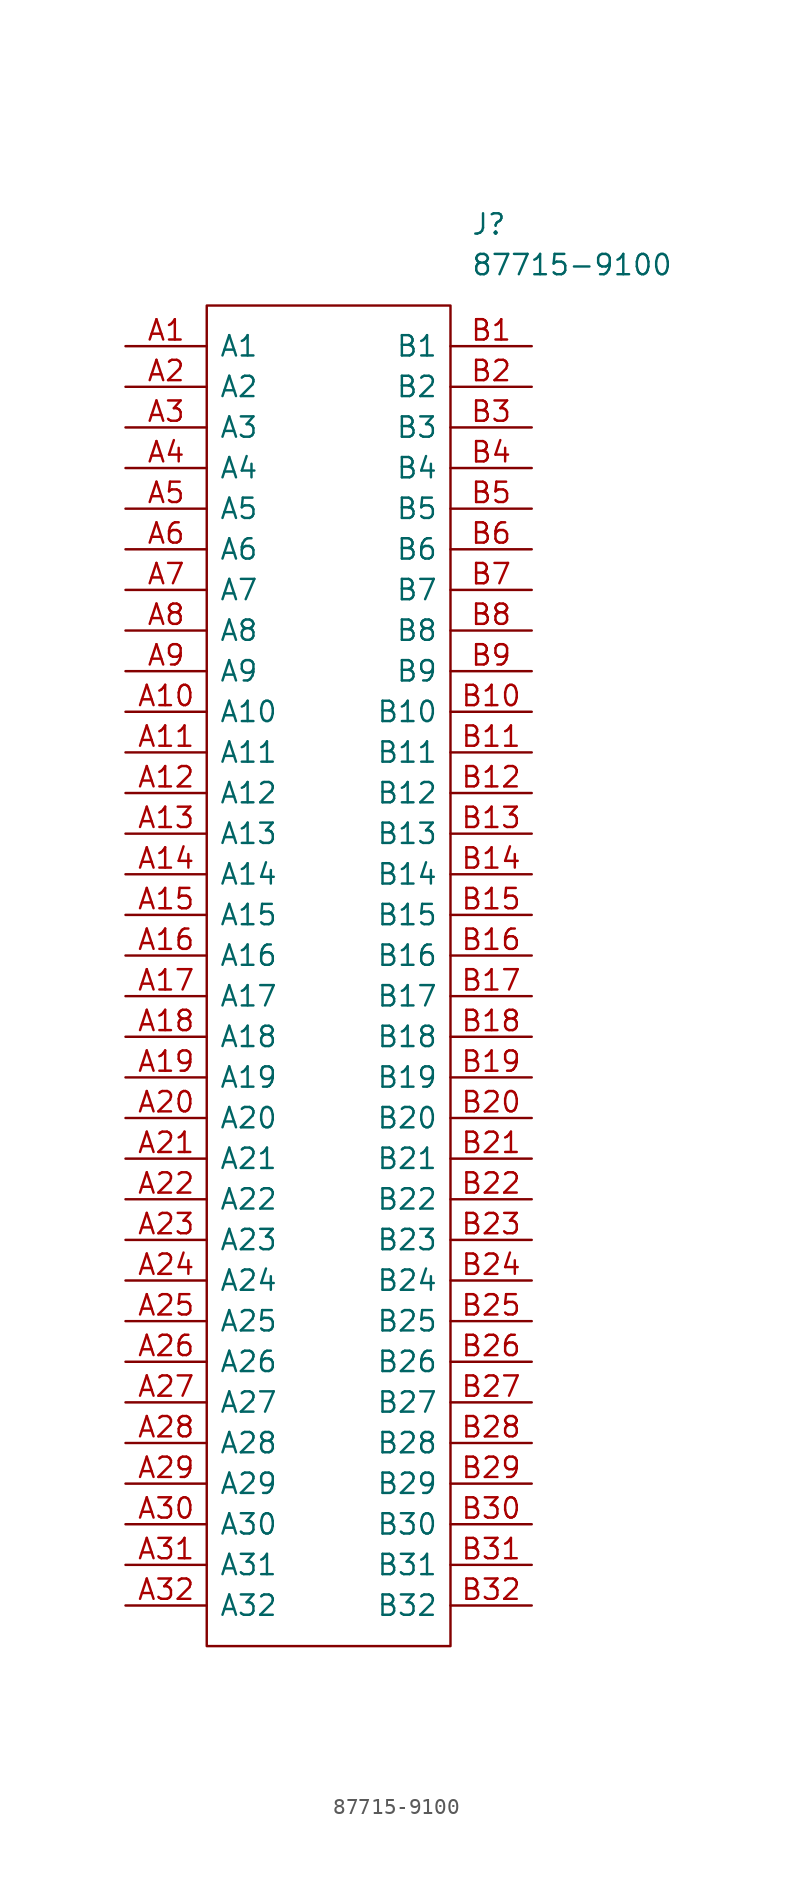
<source format=kicad_sym>
(kicad_symbol_lib
  (version 20211014)
  (generator kicad_symbol_editor)
  (symbol "87715-9100"
    (pin_names
      (offset 0.762))
    (property "Reference" "J"
      (at 21.59 7.62 0)
      (effects (font (size 1.27 1.27)) (justify left)))
    (property "Value" "87715-9100"
      (at 21.59 5.08 0)
      (effects (font (size 1.27 1.27)) (justify left)))
    (symbol "87715-9100_0_0"
      (pin passive line (at 0 0 0) (length 5.08) (name "A1" (effects (font (size 1.27 1.27)))) (number "A1" (effects (font (size 1.27 1.27)))))
      (pin passive line (at 0 -22.86 0) (length 5.08) (name "A10" (effects (font (size 1.27 1.27)))) (number "A10" (effects (font (size 1.27 1.27)))))
      (pin passive line (at 0 -25.4 0) (length 5.08) (name "A11" (effects (font (size 1.27 1.27)))) (number "A11" (effects (font (size 1.27 1.27)))))
      (pin passive line (at 0 -27.94 0) (length 5.08) (name "A12" (effects (font (size 1.27 1.27)))) (number "A12" (effects (font (size 1.27 1.27)))))
      (pin passive line (at 0 -30.48 0) (length 5.08) (name "A13" (effects (font (size 1.27 1.27)))) (number "A13" (effects (font (size 1.27 1.27)))))
      (pin passive line (at 0 -33.02 0) (length 5.08) (name "A14" (effects (font (size 1.27 1.27)))) (number "A14" (effects (font (size 1.27 1.27)))))
      (pin passive line (at 0 -35.56 0) (length 5.08) (name "A15" (effects (font (size 1.27 1.27)))) (number "A15" (effects (font (size 1.27 1.27)))))
      (pin passive line (at 0 -38.1 0) (length 5.08) (name "A16" (effects (font (size 1.27 1.27)))) (number "A16" (effects (font (size 1.27 1.27)))))
      (pin passive line (at 0 -40.64 0) (length 5.08) (name "A17" (effects (font (size 1.27 1.27)))) (number "A17" (effects (font (size 1.27 1.27)))))
      (pin passive line (at 0 -43.18 0) (length 5.08) (name "A18" (effects (font (size 1.27 1.27)))) (number "A18" (effects (font (size 1.27 1.27)))))
      (pin passive line (at 0 -45.72 0) (length 5.08) (name "A19" (effects (font (size 1.27 1.27)))) (number "A19" (effects (font (size 1.27 1.27)))))
      (pin passive line (at 0 -2.54 0) (length 5.08) (name "A2" (effects (font (size 1.27 1.27)))) (number "A2" (effects (font (size 1.27 1.27)))))
      (pin passive line (at 0 -48.26 0) (length 5.08) (name "A20" (effects (font (size 1.27 1.27)))) (number "A20" (effects (font (size 1.27 1.27)))))
      (pin passive line (at 0 -50.8 0) (length 5.08) (name "A21" (effects (font (size 1.27 1.27)))) (number "A21" (effects (font (size 1.27 1.27)))))
      (pin passive line (at 0 -53.34 0) (length 5.08) (name "A22" (effects (font (size 1.27 1.27)))) (number "A22" (effects (font (size 1.27 1.27)))))
      (pin passive line (at 0 -55.88 0) (length 5.08) (name "A23" (effects (font (size 1.27 1.27)))) (number "A23" (effects (font (size 1.27 1.27)))))
      (pin passive line (at 0 -58.42 0) (length 5.08) (name "A24" (effects (font (size 1.27 1.27)))) (number "A24" (effects (font (size 1.27 1.27)))))
      (pin passive line (at 0 -60.96 0) (length 5.08) (name "A25" (effects (font (size 1.27 1.27)))) (number "A25" (effects (font (size 1.27 1.27)))))
      (pin passive line (at 0 -63.5 0) (length 5.08) (name "A26" (effects (font (size 1.27 1.27)))) (number "A26" (effects (font (size 1.27 1.27)))))
      (pin passive line (at 0 -66.04 0) (length 5.08) (name "A27" (effects (font (size 1.27 1.27)))) (number "A27" (effects (font (size 1.27 1.27)))))
      (pin passive line (at 0 -68.58 0) (length 5.08) (name "A28" (effects (font (size 1.27 1.27)))) (number "A28" (effects (font (size 1.27 1.27)))))
      (pin passive line (at 0 -71.12 0) (length 5.08) (name "A29" (effects (font (size 1.27 1.27)))) (number "A29" (effects (font (size 1.27 1.27)))))
      (pin passive line (at 0 -5.08 0) (length 5.08) (name "A3" (effects (font (size 1.27 1.27)))) (number "A3" (effects (font (size 1.27 1.27)))))
      (pin passive line (at 0 -73.66 0) (length 5.08) (name "A30" (effects (font (size 1.27 1.27)))) (number "A30" (effects (font (size 1.27 1.27)))))
      (pin passive line (at 0 -76.2 0) (length 5.08) (name "A31" (effects (font (size 1.27 1.27)))) (number "A31" (effects (font (size 1.27 1.27)))))
      (pin passive line (at 0 -78.74 0) (length 5.08) (name "A32" (effects (font (size 1.27 1.27)))) (number "A32" (effects (font (size 1.27 1.27)))))
      (pin passive line (at 0 -7.62 0) (length 5.08) (name "A4" (effects (font (size 1.27 1.27)))) (number "A4" (effects (font (size 1.27 1.27)))))
      (pin passive line (at 0 -10.16 0) (length 5.08) (name "A5" (effects (font (size 1.27 1.27)))) (number "A5" (effects (font (size 1.27 1.27)))))
      (pin passive line (at 0 -12.7 0) (length 5.08) (name "A6" (effects (font (size 1.27 1.27)))) (number "A6" (effects (font (size 1.27 1.27)))))
      (pin passive line (at 0 -15.24 0) (length 5.08) (name "A7" (effects (font (size 1.27 1.27)))) (number "A7" (effects (font (size 1.27 1.27)))))
      (pin passive line (at 0 -17.78 0) (length 5.08) (name "A8" (effects (font (size 1.27 1.27)))) (number "A8" (effects (font (size 1.27 1.27)))))
      (pin passive line (at 0 -20.32 0) (length 5.08) (name "A9" (effects (font (size 1.27 1.27)))) (number "A9" (effects (font (size 1.27 1.27)))))
      (pin passive line (at 25.4 0 180) (length 5.08) (name "B1" (effects (font (size 1.27 1.27)))) (number "B1" (effects (font (size 1.27 1.27)))))
      (pin passive line (at 25.4 -22.86 180) (length 5.08) (name "B10" (effects (font (size 1.27 1.27)))) (number "B10" (effects (font (size 1.27 1.27)))))
      (pin passive line (at 25.4 -25.4 180) (length 5.08) (name "B11" (effects (font (size 1.27 1.27)))) (number "B11" (effects (font (size 1.27 1.27)))))
      (pin passive line (at 25.4 -27.94 180) (length 5.08) (name "B12" (effects (font (size 1.27 1.27)))) (number "B12" (effects (font (size 1.27 1.27)))))
      (pin passive line (at 25.4 -30.48 180) (length 5.08) (name "B13" (effects (font (size 1.27 1.27)))) (number "B13" (effects (font (size 1.27 1.27)))))
      (pin passive line (at 25.4 -33.02 180) (length 5.08) (name "B14" (effects (font (size 1.27 1.27)))) (number "B14" (effects (font (size 1.27 1.27)))))
      (pin passive line (at 25.4 -35.56 180) (length 5.08) (name "B15" (effects (font (size 1.27 1.27)))) (number "B15" (effects (font (size 1.27 1.27)))))
      (pin passive line (at 25.4 -38.1 180) (length 5.08) (name "B16" (effects (font (size 1.27 1.27)))) (number "B16" (effects (font (size 1.27 1.27)))))
      (pin passive line (at 25.4 -40.64 180) (length 5.08) (name "B17" (effects (font (size 1.27 1.27)))) (number "B17" (effects (font (size 1.27 1.27)))))
      (pin passive line (at 25.4 -43.18 180) (length 5.08) (name "B18" (effects (font (size 1.27 1.27)))) (number "B18" (effects (font (size 1.27 1.27)))))
      (pin passive line (at 25.4 -45.72 180) (length 5.08) (name "B19" (effects (font (size 1.27 1.27)))) (number "B19" (effects (font (size 1.27 1.27)))))
      (pin passive line (at 25.4 -2.54 180) (length 5.08) (name "B2" (effects (font (size 1.27 1.27)))) (number "B2" (effects (font (size 1.27 1.27)))))
      (pin passive line (at 25.4 -48.26 180) (length 5.08) (name "B20" (effects (font (size 1.27 1.27)))) (number "B20" (effects (font (size 1.27 1.27)))))
      (pin passive line (at 25.4 -50.8 180) (length 5.08) (name "B21" (effects (font (size 1.27 1.27)))) (number "B21" (effects (font (size 1.27 1.27)))))
      (pin passive line (at 25.4 -53.34 180) (length 5.08) (name "B22" (effects (font (size 1.27 1.27)))) (number "B22" (effects (font (size 1.27 1.27)))))
      (pin passive line (at 25.4 -55.88 180) (length 5.08) (name "B23" (effects (font (size 1.27 1.27)))) (number "B23" (effects (font (size 1.27 1.27)))))
      (pin passive line (at 25.4 -58.42 180) (length 5.08) (name "B24" (effects (font (size 1.27 1.27)))) (number "B24" (effects (font (size 1.27 1.27)))))
      (pin passive line (at 25.4 -60.96 180) (length 5.08) (name "B25" (effects (font (size 1.27 1.27)))) (number "B25" (effects (font (size 1.27 1.27)))))
      (pin passive line (at 25.4 -63.5 180) (length 5.08) (name "B26" (effects (font (size 1.27 1.27)))) (number "B26" (effects (font (size 1.27 1.27)))))
      (pin passive line (at 25.4 -66.04 180) (length 5.08) (name "B27" (effects (font (size 1.27 1.27)))) (number "B27" (effects (font (size 1.27 1.27)))))
      (pin passive line (at 25.4 -68.58 180) (length 5.08) (name "B28" (effects (font (size 1.27 1.27)))) (number "B28" (effects (font (size 1.27 1.27)))))
      (pin passive line (at 25.4 -71.12 180) (length 5.08) (name "B29" (effects (font (size 1.27 1.27)))) (number "B29" (effects (font (size 1.27 1.27)))))
      (pin passive line (at 25.4 -5.08 180) (length 5.08) (name "B3" (effects (font (size 1.27 1.27)))) (number "B3" (effects (font (size 1.27 1.27)))))
      (pin passive line (at 25.4 -73.66 180) (length 5.08) (name "B30" (effects (font (size 1.27 1.27)))) (number "B30" (effects (font (size 1.27 1.27)))))
      (pin passive line (at 25.4 -76.2 180) (length 5.08) (name "B31" (effects (font (size 1.27 1.27)))) (number "B31" (effects (font (size 1.27 1.27)))))
      (pin passive line (at 25.4 -78.74 180) (length 5.08) (name "B32" (effects (font (size 1.27 1.27)))) (number "B32" (effects (font (size 1.27 1.27)))))
      (pin passive line (at 25.4 -7.62 180) (length 5.08) (name "B4" (effects (font (size 1.27 1.27)))) (number "B4" (effects (font (size 1.27 1.27)))))
      (pin passive line (at 25.4 -10.16 180) (length 5.08) (name "B5" (effects (font (size 1.27 1.27)))) (number "B5" (effects (font (size 1.27 1.27)))))
      (pin passive line (at 25.4 -12.7 180) (length 5.08) (name "B6" (effects (font (size 1.27 1.27)))) (number "B6" (effects (font (size 1.27 1.27)))))
      (pin passive line (at 25.4 -15.24 180) (length 5.08) (name "B7" (effects (font (size 1.27 1.27)))) (number "B7" (effects (font (size 1.27 1.27)))))
      (pin passive line (at 25.4 -17.78 180) (length 5.08) (name "B8" (effects (font (size 1.27 1.27)))) (number "B8" (effects (font (size 1.27 1.27)))))
      (pin passive line (at 25.4 -20.32 180) (length 5.08) (name "B9" (effects (font (size 1.27 1.27)))) (number "B9" (effects (font (size 1.27 1.27))))))
    (symbol "87715-9100_0_1"
      (polyline (pts (xy 5.08 2.54) (xy 20.32 2.54) (xy 20.32 -81.28) (xy 5.08 -81.28) (xy 5.08 2.54)) (stroke (width 0.152) (type default) (color 0 0 0 0)) (fill (type none))))))
</source>
